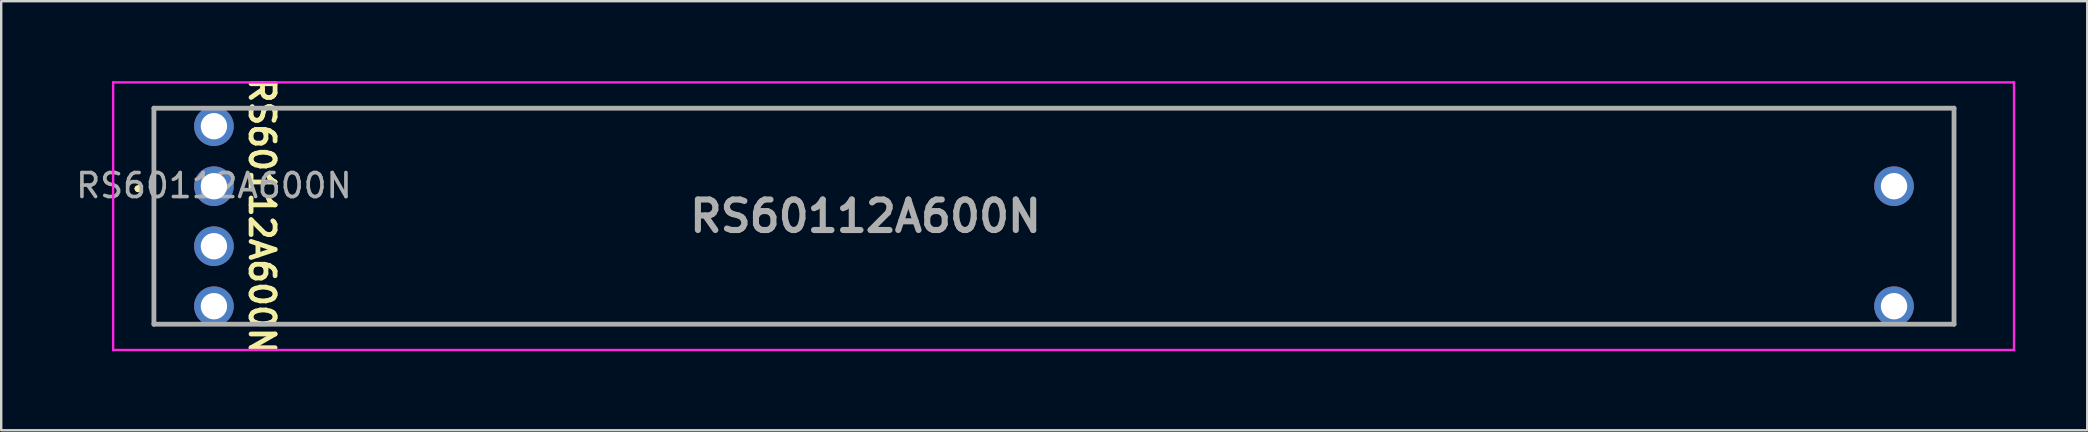
<source format=kicad_pcb>
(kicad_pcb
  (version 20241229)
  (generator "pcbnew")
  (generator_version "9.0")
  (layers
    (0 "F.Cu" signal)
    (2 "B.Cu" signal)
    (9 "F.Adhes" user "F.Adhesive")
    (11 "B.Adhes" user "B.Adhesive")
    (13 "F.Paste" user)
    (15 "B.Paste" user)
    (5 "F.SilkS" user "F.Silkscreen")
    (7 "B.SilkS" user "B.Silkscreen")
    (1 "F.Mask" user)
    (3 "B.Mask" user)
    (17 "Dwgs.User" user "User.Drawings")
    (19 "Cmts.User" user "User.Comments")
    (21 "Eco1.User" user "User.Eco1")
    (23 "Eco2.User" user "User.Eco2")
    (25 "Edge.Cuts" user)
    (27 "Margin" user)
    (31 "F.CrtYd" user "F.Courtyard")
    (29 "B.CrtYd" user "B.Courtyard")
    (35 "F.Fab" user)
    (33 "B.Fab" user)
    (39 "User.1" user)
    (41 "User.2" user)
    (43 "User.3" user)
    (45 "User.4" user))
  (footprint "RS60112A600N"
    (layer "F.Cu")
    (at 5.863 5.938)
    (property "Reference" "RS60112A600N" (at 2 0 270) (unlocked yes) (layer "F.SilkS") (effects (font (size 1 1) (thickness 0.2) (bold yes))))
    (attr through_hole)
    (fp_line (start -3.2 -1.13) (end -3.2 -1.13) (stroke (width 0.2) (type solid)) (layer "F.SilkS"))
    (fp_line (start -3.2 -1.13) (end -3.2 -1.13) (stroke (width 0.2) (type solid)) (layer "F.SilkS"))
    (fp_line (start -3.1 -1.13) (end -3.1 -1.13) (stroke (width 0.2) (type solid)) (layer "F.SilkS"))
    (fp_line (start -2.5 -4.48) (end -2.5 -4.48) (stroke (width 0.1) (type solid)) (layer "F.SilkS"))
    (fp_line (start -2.5 -4.48) (end -2.5 4.52) (stroke (width 0.1) (type solid)) (layer "F.SilkS"))
    (fp_line (start -2.5 -4.48) (end 72.511 -4.485) (stroke (width 0.1) (type solid)) (layer "F.SilkS"))
    (fp_line (start -2.5 4.52) (end -2.5 -4.48) (stroke (width 0.1) (type solid)) (layer "F.SilkS"))
    (fp_line (start -2.5 4.52) (end -2.5 4.52) (stroke (width 0.1) (type solid)) (layer "F.SilkS"))
    (fp_line (start 2.5 -4.48) (end 2.5 -4.48) (stroke (width 0.1) (type solid)) (layer "F.SilkS"))
    (fp_line (start 2.5 4.52) (end 2.5 4.52) (stroke (width 0.1) (type solid)) (layer "F.SilkS"))
    (fp_line (start 2.5 4.52) (end 52.5 4.52) (stroke (width 0.1) (type solid)) (layer "F.SilkS"))
    (fp_line (start 52.5 -4.48) (end 2.5 -4.48) (stroke (width 0.1) (type solid)) (layer "F.SilkS"))
    (fp_line (start 72.511 -4.485) (end 72.511 4.515) (stroke (width 0.1) (type solid)) (layer "F.SilkS"))
    (fp_line (start 72.511 4.515) (end -2.5 4.52) (stroke (width 0.1) (type solid)) (layer "F.SilkS"))
    (fp_line (start 72.511 4.515) (end 72.511 -4.485) (stroke (width 0.1) (type solid)) (layer "F.SilkS"))
    (fp_arc (start -3.2 -1.13) (mid -3.15 -1.18) (end -3.1 -1.13) (stroke (width 0.2) (type solid)) (layer "F.SilkS"))
    (fp_arc (start -3.1 -1.13) (mid -3.15 -1.08) (end -3.2 -1.13) (stroke (width 0.2) (type solid)) (layer "F.SilkS"))
    (fp_arc (start -3.1 -1.13) (mid -3.15 -1.08) (end -3.2 -1.13) (stroke (width 0.2) (type solid)) (layer "F.SilkS"))
    (fp_line (start -4.2 -5.555) (end 75 -5.555) (stroke (width 0.1) (type solid)) (layer "F.CrtYd"))
    (fp_line (start -4.2 5.595) (end -4.2 -5.555) (stroke (width 0.1) (type solid)) (layer "F.CrtYd"))
    (fp_line (start 75 -5.555) (end 75 5.595) (stroke (width 0.1) (type solid)) (layer "F.CrtYd"))
    (fp_line (start 75 5.595) (end -4.2 5.595) (stroke (width 0.1) (type solid)) (layer "F.CrtYd"))
    (fp_line (start -2.5 -4.48) (end -2.5 4.52) (stroke (width 0.2) (type solid)) (layer "F.Fab"))
    (fp_line (start -2.5 4.52) (end 72.5 4.52) (stroke (width 0.2) (type solid)) (layer "F.Fab"))
    (fp_line (start 72.5 -4.48) (end -2.5 -4.48) (stroke (width 0.2) (type solid)) (layer "F.Fab"))
    (fp_line (start 72.5 4.52) (end 72.5 -4.48) (stroke (width 0.2) (type default)) (layer "F.Fab"))
    (fp_text user "${REFERENCE}" (at 0 -1.255 0) (unlocked yes) (layer "F.Fab") (effects (font (size 1 1) (thickness 0.15))))
    (fp_text user "${REFERENCE}" (at 27.15 0.02 0) (layer "F.Fab") (effects (font (size 1.27 1.27) (thickness 0.254))))
    (pad "1" thru_hole circle (at 0 -1.23) (size 1.65 1.65) (drill 1.1) (layers "*.Cu" "*.Mask"))
    (pad "2" thru_hole circle (at 0 -3.73) (size 1.65 1.65) (drill 1.1) (layers "*.Cu" "*.Mask"))
    (pad "3" thru_hole circle (at 70 -1.23) (size 1.65 1.65) (drill 1.1) (layers "*.Cu" "*.Mask"))
    (pad "4" thru_hole circle (at 0 3.77) (size 1.65 1.65) (drill 1.1) (layers "*.Cu" "*.Mask"))
    (pad "5" thru_hole circle (at 0 1.27) (size 1.65 1.65) (drill 1.1) (layers "*.Cu" "*.Mask"))
    (pad "6" thru_hole circle (at 70 3.77) (size 1.65 1.65) (drill 1.1) (layers "*.Cu" "*.Mask")))
  (gr_rect
    (start -3 -3)
    (end 83.913 14.876)
    (stroke (width 0.1) (type default))
    (fill no)
    (layer "Edge.Cuts")))
</source>
